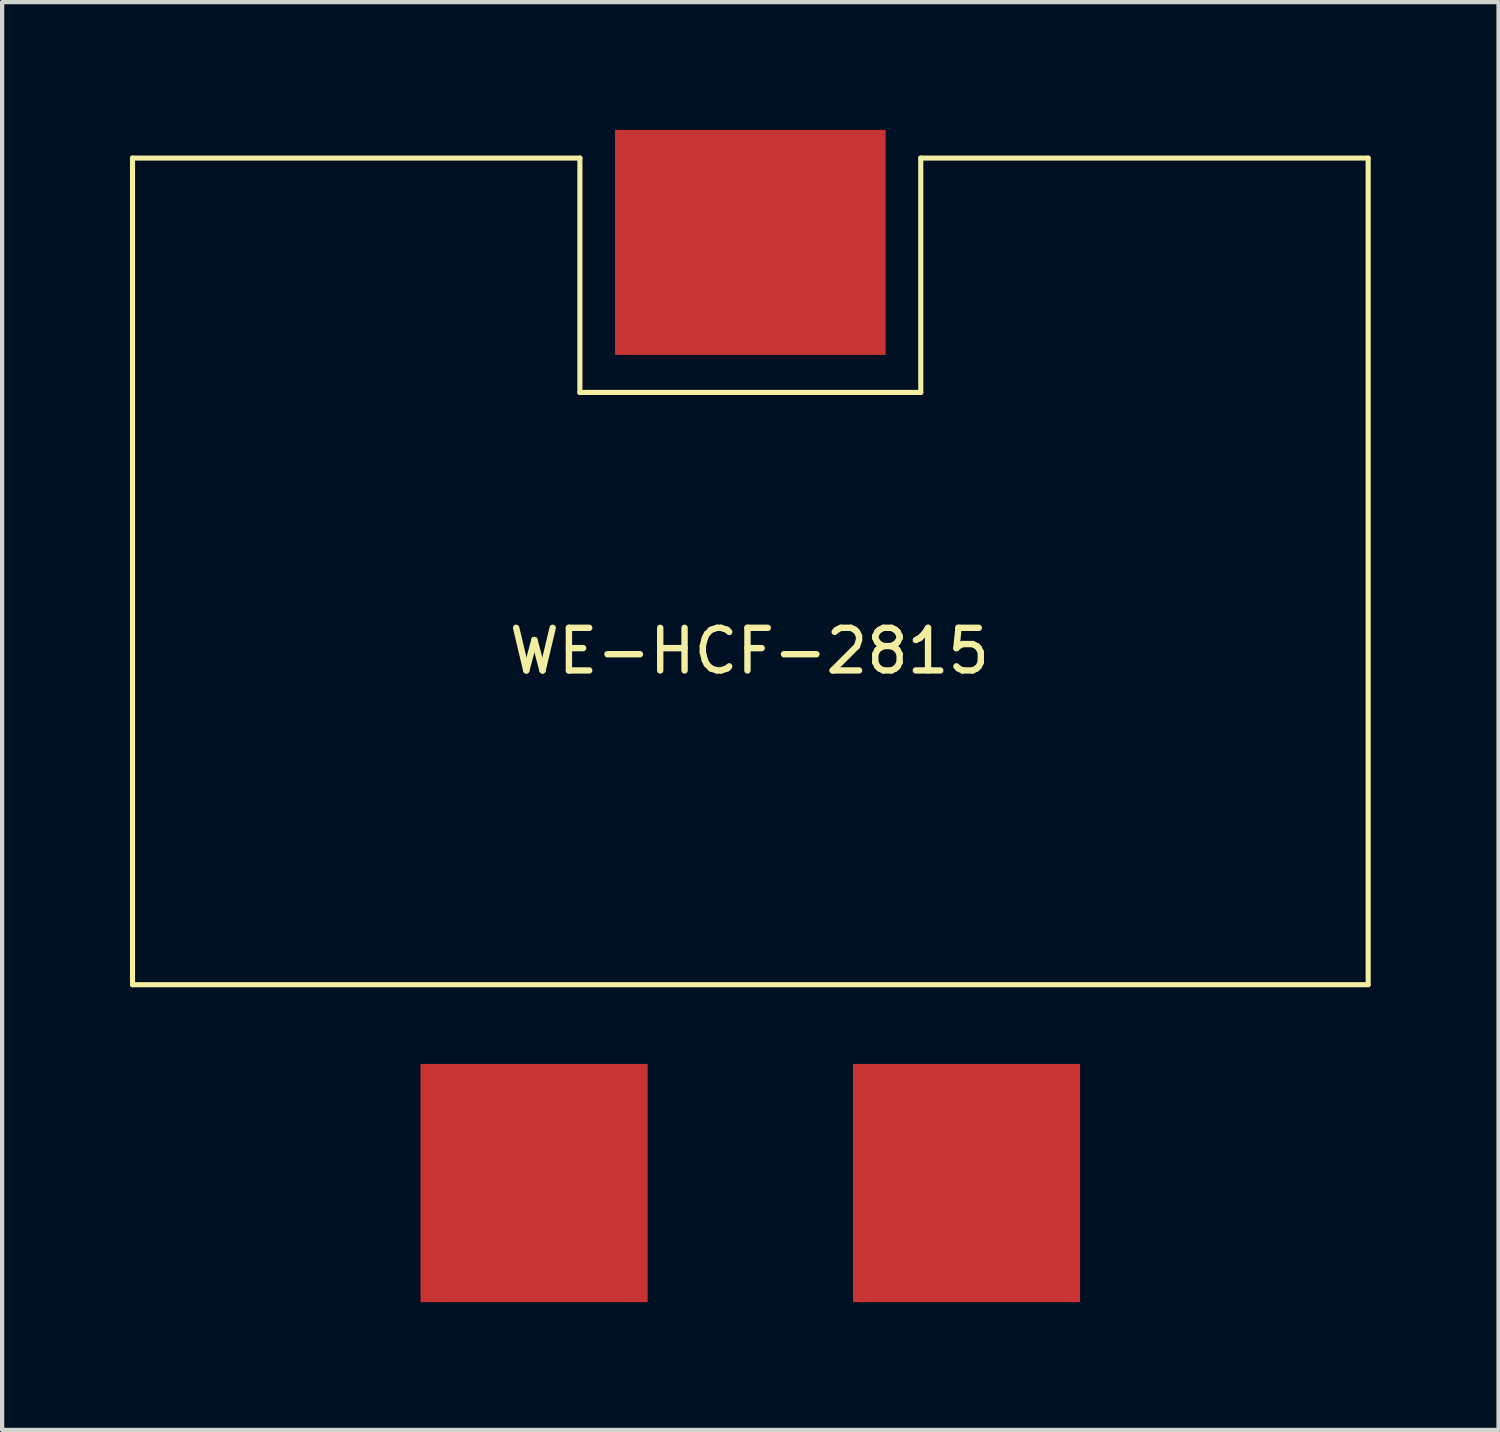
<source format=kicad_pcb>
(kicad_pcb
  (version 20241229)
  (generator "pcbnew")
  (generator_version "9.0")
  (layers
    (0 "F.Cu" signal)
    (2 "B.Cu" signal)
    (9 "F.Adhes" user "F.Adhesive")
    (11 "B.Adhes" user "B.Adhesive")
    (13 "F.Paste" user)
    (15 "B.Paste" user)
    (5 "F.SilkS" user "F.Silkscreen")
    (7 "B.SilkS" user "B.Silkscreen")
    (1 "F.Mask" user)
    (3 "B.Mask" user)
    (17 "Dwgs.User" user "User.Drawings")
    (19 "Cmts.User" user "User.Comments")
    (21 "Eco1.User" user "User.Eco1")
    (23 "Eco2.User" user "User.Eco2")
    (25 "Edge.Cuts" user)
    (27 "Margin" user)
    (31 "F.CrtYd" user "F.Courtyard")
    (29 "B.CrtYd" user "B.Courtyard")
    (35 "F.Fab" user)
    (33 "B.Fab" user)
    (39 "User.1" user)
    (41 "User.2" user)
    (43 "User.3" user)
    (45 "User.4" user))
  (footprint "WE-HCF-2815"
    (layer "F.Cu")
    (at 14.56 10.36)
    (property "Reference" "WE-HCF-2815" (at -0.02 1.87 0) (layer "F.SilkS") (effects (font (size 1 1) (thickness 0.15))))
    (attr through_hole)
    (fp_line (start -14.5 -9.7) (end -14.5 9.7) (stroke (width 0.12) (type solid)) (layer "F.SilkS"))
    (fp_line (start -14.5 -9.7) (end -4 -9.7) (stroke (width 0.12) (type solid)) (layer "F.SilkS"))
    (fp_line (start -4 -9.7) (end -4 -4.2) (stroke (width 0.12) (type solid)) (layer "F.SilkS"))
    (fp_line (start 4 -9.7) (end 4 -4.2) (stroke (width 0.12) (type solid)) (layer "F.SilkS"))
    (fp_line (start 4 -9.7) (end 14.5 -9.7) (stroke (width 0.12) (type solid)) (layer "F.SilkS"))
    (fp_line (start 4 -4.2) (end -4 -4.2) (stroke (width 0.12) (type solid)) (layer "F.SilkS"))
    (fp_line (start 14.5 -9.7) (end 14.5 9.7) (stroke (width 0.12) (type solid)) (layer "F.SilkS"))
    (fp_line (start 14.5 9.7) (end -14.5 9.7) (stroke (width 0.12) (type solid)) (layer "F.SilkS"))
    (pad "1" smd rect (at -5.075 14.355) (size 5.33 5.59) (layers "F.Cu" "F.Mask" "F.Paste"))
    (pad "2" smd rect (at 5.075 14.355) (size 5.33 5.59) (layers "F.Cu" "F.Mask" "F.Paste"))
    (pad "3" smd rect (at 0 -7.72) (size 6.35 5.28) (layers "F.Cu" "F.Mask" "F.Paste")))
  (gr_rect
    (start -3 -3)
    (end 32.12 30.51)
    (stroke (width 0.1) (type default))
    (fill no)
    (layer "Edge.Cuts")))
</source>
